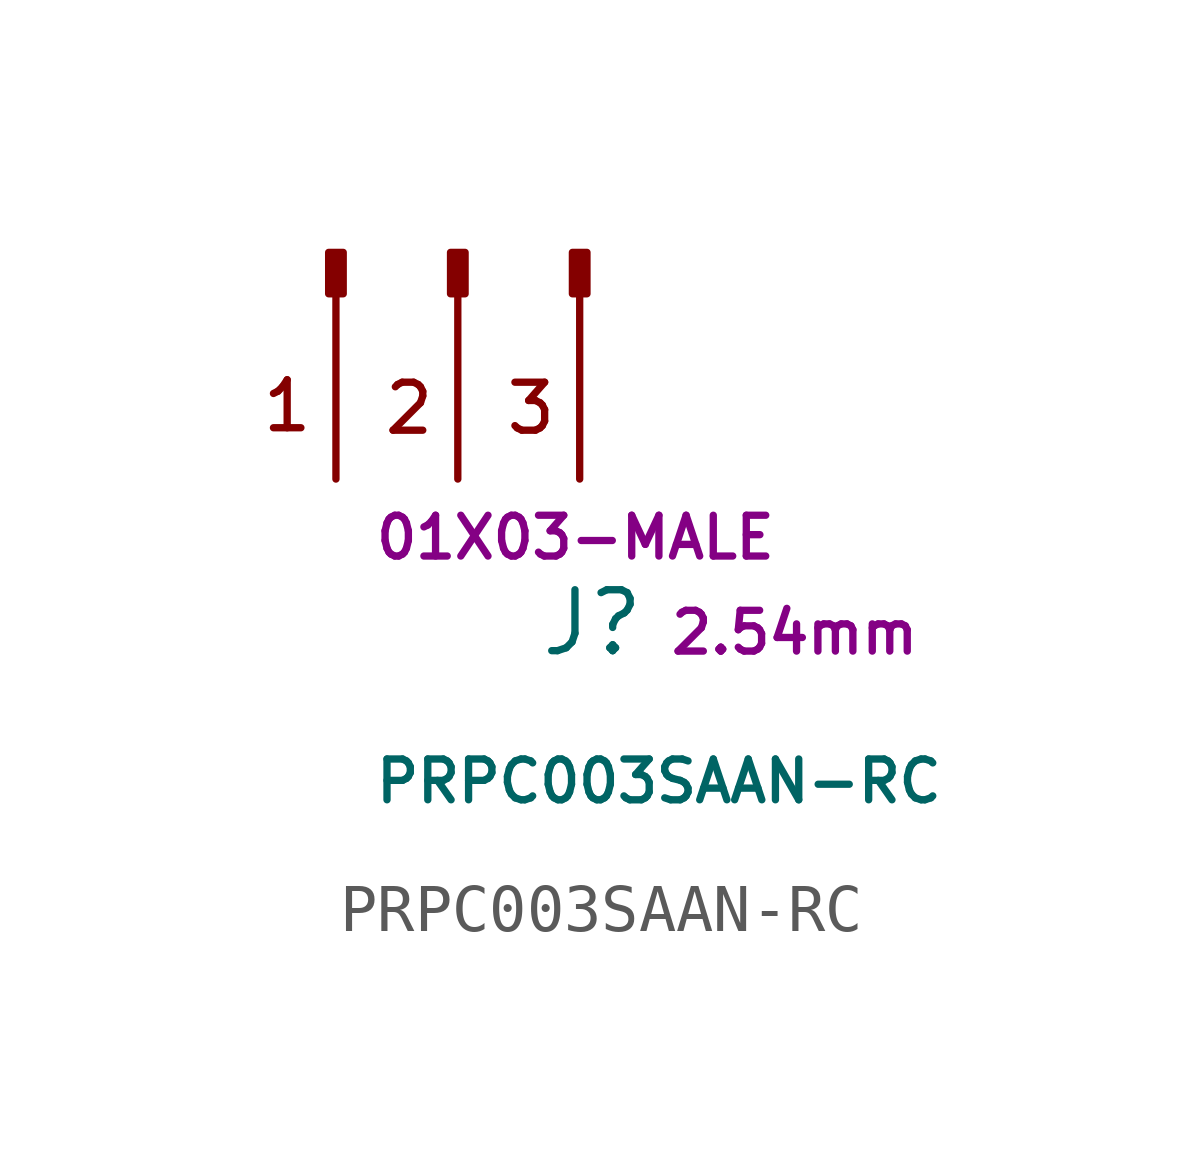
<source format=kicad_sym>
(kicad_symbol_lib
  (version 20211014)
  (generator kicad_symbol_editor)
  (symbol "PRPC003SAAN-RC"
    (pin_numbers hide)
    (pin_names
      (offset 1.016) hide)
    (property "Reference" "J"
      (at 4.216 -2.997 0)
      (effects (font (size 1.27 1.27)) (justify left)))
    (property "Value" "PRPC003SAAN-RC"
      (at 0.762 -6.299 0)
      (effects (font (size 0.85 0.85)) (justify left)))
    (property "Pitch Mating" "2.54mm"
      (at 6.909 -3.2 0)
      (effects (font (size 0.85 0.85)) (justify left)))
    (property "Connector Type" "01X03-MALE"
      (at 0.762 -1.219 0)
      (effects (font (size 0.85 0.85)) (justify left)))
    (symbol "PRPC003SAAN-RC_0_0"
      (rectangle (start -0.152 4.724) (end 0.152 3.861) (stroke (width 0.152) (type default) (color 0 0 0 0)) (fill (type outline)))
      (rectangle (start 2.388 4.724) (end 2.692 3.861) (stroke (width 0.152) (type default) (color 0 0 0 0)) (fill (type outline)))
      (rectangle (start 4.928 4.724) (end 5.232 3.861) (stroke (width 0.152) (type default) (color 0 0 0 0)) (fill (type outline)))
      (text "1" (at -1.016 1.524 0) (effects (font (size 1 1))))
      (text "2" (at 1.524 1.473 0) (effects (font (size 1 1))))
      (text "3" (at 4.064 1.473 0) (effects (font (size 1 1))))
      (pin passive line (at 0 0 90) (length 3.81) (name "Pin_1" (effects (font (size 1.27 1.27)))) (number "1" (effects (font (size 1.27 1.27)))))
      (pin passive line (at 2.54 0 90) (length 3.81) (name "Pin_2" (effects (font (size 1.27 1.27)))) (number "2" (effects (font (size 1.27 1.27)))))
      (pin passive line (at 5.08 0 90) (length 3.81) (name "Pin_3" (effects (font (size 1.27 1.27)))) (number "3" (effects (font (size 1.27 1.27))))))))
</source>
